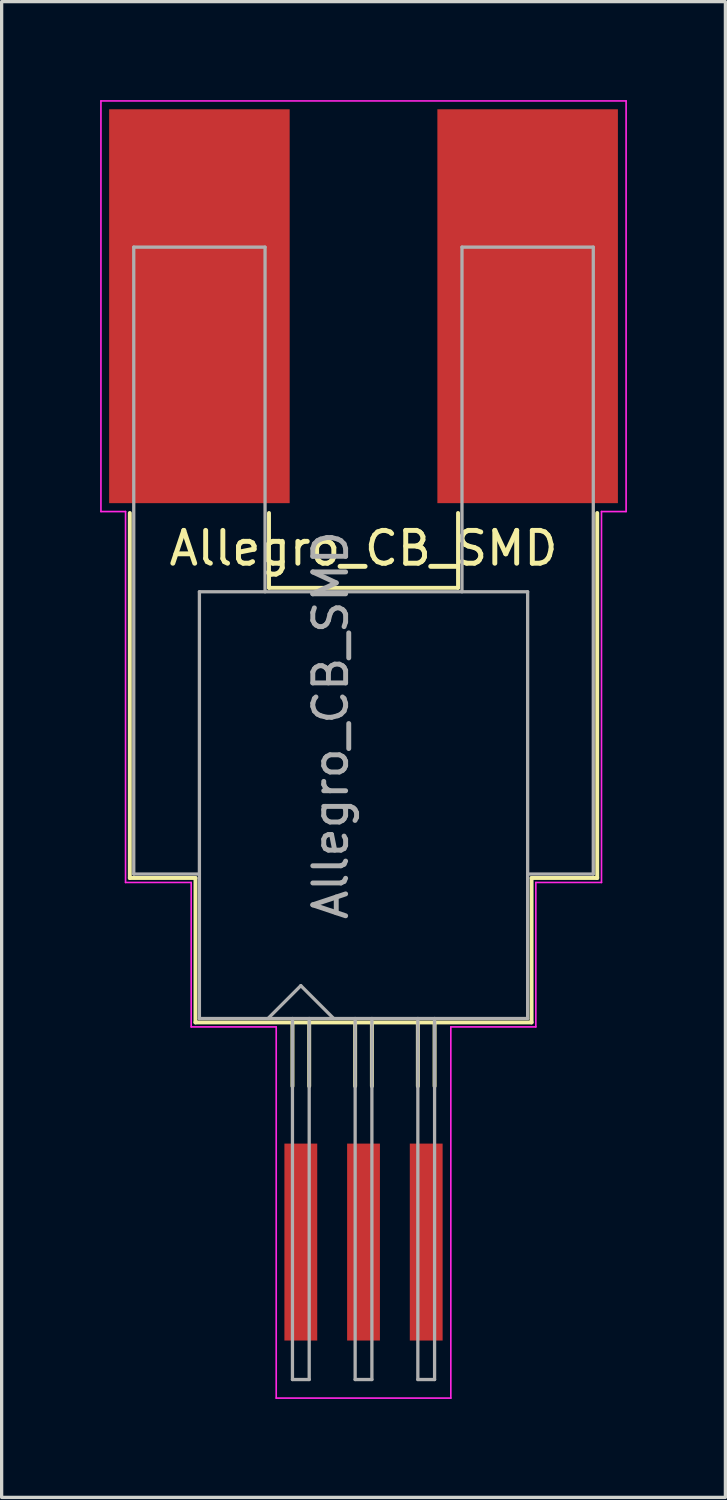
<source format=kicad_pcb>
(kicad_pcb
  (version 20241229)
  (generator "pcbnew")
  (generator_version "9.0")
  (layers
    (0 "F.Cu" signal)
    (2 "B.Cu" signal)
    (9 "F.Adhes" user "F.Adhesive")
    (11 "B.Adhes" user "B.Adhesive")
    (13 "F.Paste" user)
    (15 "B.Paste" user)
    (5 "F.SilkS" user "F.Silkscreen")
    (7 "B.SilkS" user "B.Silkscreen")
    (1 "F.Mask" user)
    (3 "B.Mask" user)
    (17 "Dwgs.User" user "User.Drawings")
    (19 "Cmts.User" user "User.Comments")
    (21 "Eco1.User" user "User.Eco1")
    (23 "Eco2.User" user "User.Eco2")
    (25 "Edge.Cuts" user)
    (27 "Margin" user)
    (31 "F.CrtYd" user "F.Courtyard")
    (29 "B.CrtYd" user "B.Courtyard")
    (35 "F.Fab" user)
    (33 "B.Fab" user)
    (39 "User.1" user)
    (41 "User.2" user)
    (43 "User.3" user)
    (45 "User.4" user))
  (footprint "Allegro_CB_SMD"
    (layer "F.Cu")
    (at 8.025 19.785)
    (property "Reference" "Allegro_CB_SMD" (at 0 -6.131 0) (layer "F.SilkS") (effects (font (size 1 1) (thickness 0.15))))
    (attr smd)
    (fp_line (start -7.12 3.914) (end -7.12 -7.206) (stroke (width 0.12) (type solid)) (layer "F.SilkS"))
    (fp_line (start -5.12 3.914) (end -7.12 3.914) (stroke (width 0.12) (type solid)) (layer "F.SilkS"))
    (fp_line (start -5.12 8.314) (end -5.12 3.914) (stroke (width 0.12) (type solid)) (layer "F.SilkS"))
    (fp_line (start -2.88 -4.926) (end -2.88 -7.206) (stroke (width 0.12) (type solid)) (layer "F.SilkS"))
    (fp_line (start -2.88 -4.926) (end 2.88 -4.926) (stroke (width 0.12) (type solid)) (layer "F.SilkS"))
    (fp_line (start -2.165 8.314) (end -2.165 10.256) (stroke (width 0.12) (type solid)) (layer "F.SilkS"))
    (fp_line (start -1.655 8.314) (end -1.655 10.256) (stroke (width 0.12) (type solid)) (layer "F.SilkS"))
    (fp_line (start -0.255 8.314) (end -0.255 10.256) (stroke (width 0.12) (type solid)) (layer "F.SilkS"))
    (fp_line (start 0.255 8.314) (end 0.255 10.256) (stroke (width 0.12) (type solid)) (layer "F.SilkS"))
    (fp_line (start 1.655 8.314) (end 1.655 10.256) (stroke (width 0.12) (type solid)) (layer "F.SilkS"))
    (fp_line (start 2.165 8.314) (end 2.165 10.256) (stroke (width 0.12) (type solid)) (layer "F.SilkS"))
    (fp_line (start 2.88 -4.926) (end 2.88 -7.206) (stroke (width 0.12) (type solid)) (layer "F.SilkS"))
    (fp_line (start 5.12 3.914) (end 7.12 3.914) (stroke (width 0.12) (type solid)) (layer "F.SilkS"))
    (fp_line (start 5.12 8.314) (end -5.12 8.314) (stroke (width 0.12) (type solid)) (layer "F.SilkS"))
    (fp_line (start 5.12 8.314) (end 5.12 3.914) (stroke (width 0.12) (type solid)) (layer "F.SilkS"))
    (fp_line (start 7.12 3.914) (end 7.12 -7.206) (stroke (width 0.12) (type solid)) (layer "F.SilkS"))
    (fp_line (start -8 -19.76) (end 8 -19.76) (stroke (width 0.05) (type solid)) (layer "F.CrtYd"))
    (fp_line (start -8 -7.25) (end -8 -19.76) (stroke (width 0.05) (type solid)) (layer "F.CrtYd"))
    (fp_line (start -8 -7.25) (end -7.25 -7.25) (stroke (width 0.05) (type solid)) (layer "F.CrtYd"))
    (fp_line (start -7.25 4.05) (end -7.25 -7.25) (stroke (width 0.05) (type solid)) (layer "F.CrtYd"))
    (fp_line (start -5.25 4.05) (end -7.25 4.05) (stroke (width 0.05) (type solid)) (layer "F.CrtYd"))
    (fp_line (start -5.25 4.05) (end -5.25 8.45) (stroke (width 0.05) (type solid)) (layer "F.CrtYd"))
    (fp_line (start -2.66 8.45) (end -5.25 8.45) (stroke (width 0.05) (type solid)) (layer "F.CrtYd"))
    (fp_line (start -2.66 8.45) (end -2.66 19.76) (stroke (width 0.05) (type solid)) (layer "F.CrtYd"))
    (fp_line (start 2.66 8.45) (end 2.66 19.76) (stroke (width 0.05) (type solid)) (layer "F.CrtYd"))
    (fp_line (start 2.66 8.45) (end 5.25 8.45) (stroke (width 0.05) (type solid)) (layer "F.CrtYd"))
    (fp_line (start 2.66 19.76) (end -2.66 19.76) (stroke (width 0.05) (type solid)) (layer "F.CrtYd"))
    (fp_line (start 5.25 4.05) (end 5.25 8.45) (stroke (width 0.05) (type solid)) (layer "F.CrtYd"))
    (fp_line (start 5.25 4.05) (end 7.25 4.05) (stroke (width 0.05) (type solid)) (layer "F.CrtYd"))
    (fp_line (start 7.25 -7.25) (end 8 -7.25) (stroke (width 0.05) (type solid)) (layer "F.CrtYd"))
    (fp_line (start 7.25 4.05) (end 7.25 -7.25) (stroke (width 0.05) (type solid)) (layer "F.CrtYd"))
    (fp_line (start 8 -19.76) (end 8 -7.25) (stroke (width 0.05) (type solid)) (layer "F.CrtYd"))
    (fp_line (start -7 -15.306) (end -3 -15.306) (stroke (width 0.1) (type solid)) (layer "F.Fab"))
    (fp_line (start -7 3.794) (end -7 -15.306) (stroke (width 0.1) (type solid)) (layer "F.Fab"))
    (fp_line (start -7 3.794) (end -5 3.794) (stroke (width 0.1) (type solid)) (layer "F.Fab"))
    (fp_line (start -5 -4.806) (end -5 8.194) (stroke (width 0.1) (type solid)) (layer "F.Fab"))
    (fp_line (start -5 -4.806) (end 5 -4.806) (stroke (width 0.1) (type solid)) (layer "F.Fab"))
    (fp_line (start -3 -4.806) (end -3 -15.306) (stroke (width 0.1) (type solid)) (layer "F.Fab"))
    (fp_line (start -2.165 8.194) (end -2.165 19.194) (stroke (width 0.1) (type solid)) (layer "F.Fab"))
    (fp_line (start -1.91 7.194) (end -2.91 8.194) (stroke (width 0.1) (type solid)) (layer "F.Fab"))
    (fp_line (start -1.91 7.194) (end -0.91 8.194) (stroke (width 0.1) (type solid)) (layer "F.Fab"))
    (fp_line (start -1.655 8.194) (end -1.655 19.194) (stroke (width 0.1) (type solid)) (layer "F.Fab"))
    (fp_line (start -1.655 19.194) (end -2.165 19.194) (stroke (width 0.1) (type solid)) (layer "F.Fab"))
    (fp_line (start -0.255 8.194) (end -0.255 19.194) (stroke (width 0.1) (type solid)) (layer "F.Fab"))
    (fp_line (start 0.255 8.194) (end 0.255 19.194) (stroke (width 0.1) (type solid)) (layer "F.Fab"))
    (fp_line (start 0.255 19.194) (end -0.255 19.194) (stroke (width 0.1) (type solid)) (layer "F.Fab"))
    (fp_line (start 1.655 8.194) (end 1.655 19.194) (stroke (width 0.1) (type solid)) (layer "F.Fab"))
    (fp_line (start 2.165 8.194) (end 2.165 19.194) (stroke (width 0.1) (type solid)) (layer "F.Fab"))
    (fp_line (start 2.165 19.194) (end 1.655 19.194) (stroke (width 0.1) (type solid)) (layer "F.Fab"))
    (fp_line (start 3 -4.806) (end 3 -15.306) (stroke (width 0.1) (type solid)) (layer "F.Fab"))
    (fp_line (start 5 -4.806) (end 5 8.194) (stroke (width 0.1) (type solid)) (layer "F.Fab"))
    (fp_line (start 5 3.794) (end 7 3.794) (stroke (width 0.1) (type solid)) (layer "F.Fab"))
    (fp_line (start 5 8.194) (end -5 8.194) (stroke (width 0.1) (type solid)) (layer "F.Fab"))
    (fp_line (start 7 -15.306) (end 3 -15.306) (stroke (width 0.1) (type solid)) (layer "F.Fab"))
    (fp_line (start 7 3.794) (end 7 -15.306) (stroke (width 0.1) (type solid)) (layer "F.Fab"))
    (fp_text user "${REFERENCE}" (at -1 -0.744 90) (layer "F.Fab") (effects (font (size 1 1) (thickness 0.15))))
    (pad "1" smd rect (at -1.91 15.006) (size 1 6) (layers "F.Cu" "F.Mask" "F.Paste"))
    (pad "2" smd rect (at 0 15.006) (size 1 6) (layers "F.Cu" "F.Mask" "F.Paste"))
    (pad "3" smd rect (at 1.91 15.006) (size 1 6) (layers "F.Cu" "F.Mask" "F.Paste"))
    (pad "4" smd rect (at 5 -13.506) (size 5.5 12) (layers "F.Cu" "F.Mask" "F.Paste"))
    (pad "5" smd rect (at -5 -13.506) (size 5.5 12) (layers "F.Cu" "F.Mask" "F.Paste")))
  (gr_rect
    (start -3 -3)
    (end 19.05 42.57)
    (stroke (width 0.1) (type default))
    (fill no)
    (layer "Edge.Cuts")))
</source>
